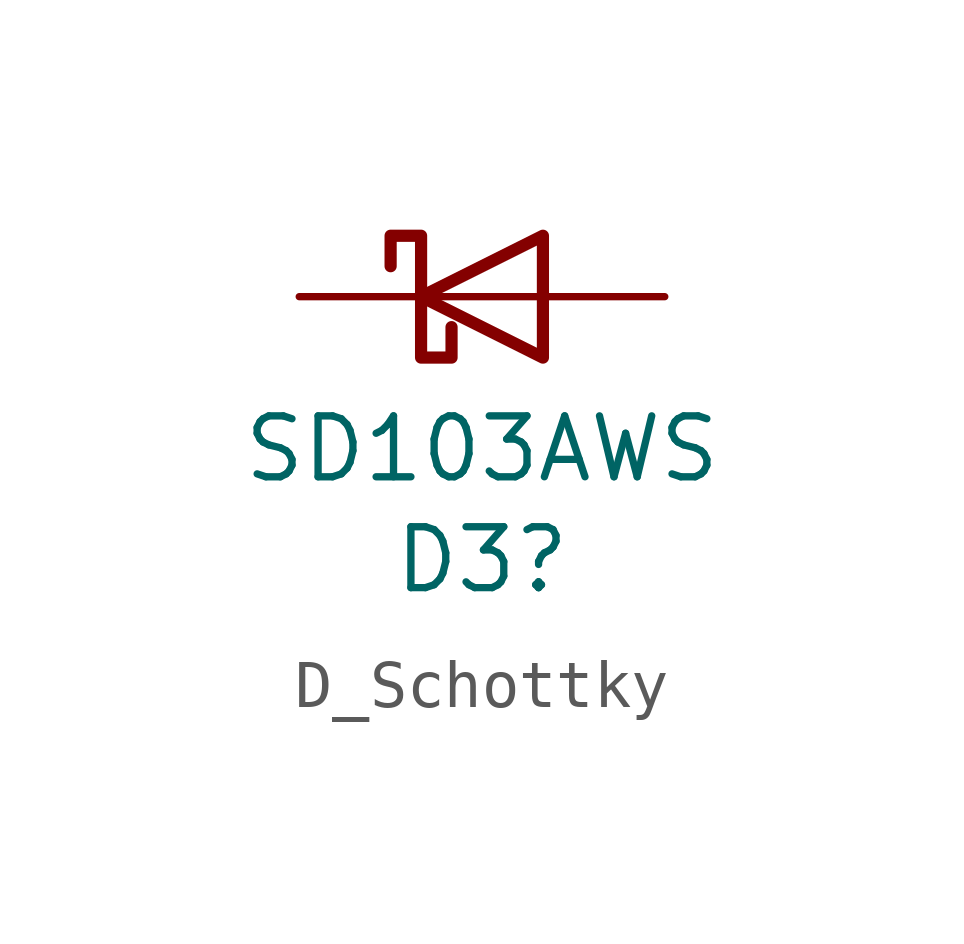
<source format=kicad_sym>
(kicad_symbol_lib
  (version 20231120)
  (generator "kicad_symbol_editor")
  (generator_version "8.0")
  (symbol "D_Schottky"
    (pin_numbers hide)
    (pin_names
      (offset 1.016) hide)
    (property "Reference" "D3"
      (at 0 -5.486 0)
      (effects (font (size 1.27 1.27))))
    (property "Value" "SD103AWS"
      (at 0 -3.175 0)
      (effects (font (size 1.27 1.27))))
    (symbol "D_Schottky_0_1"
      (polyline (pts (xy 1.27 0) (xy -1.27 0)) (stroke (width 0) (type default)) (fill (type none)))
      (polyline (pts (xy 1.27 1.27) (xy 1.27 -1.27) (xy -1.27 0) (xy 1.27 1.27)) (stroke (width 0.254) (type default)) (fill (type none)))
      (polyline (pts (xy -1.905 0.635) (xy -1.905 1.27) (xy -1.27 1.27) (xy -1.27 -1.27) (xy -0.635 -1.27) (xy -0.635 -0.635)) (stroke (width 0.254) (type default)) (fill (type none))))
    (symbol "D_Schottky_1_1"
      (pin passive line (at -3.81 0 0) (length 2.54) (name "K" (effects (font (size 1.27 1.27)))) (number "1" (effects (font (size 1.27 1.27)))))
      (pin passive line (at 3.81 0 180) (length 2.54) (name "A" (effects (font (size 1.27 1.27)))) (number "2" (effects (font (size 1.27 1.27))))))))
</source>
